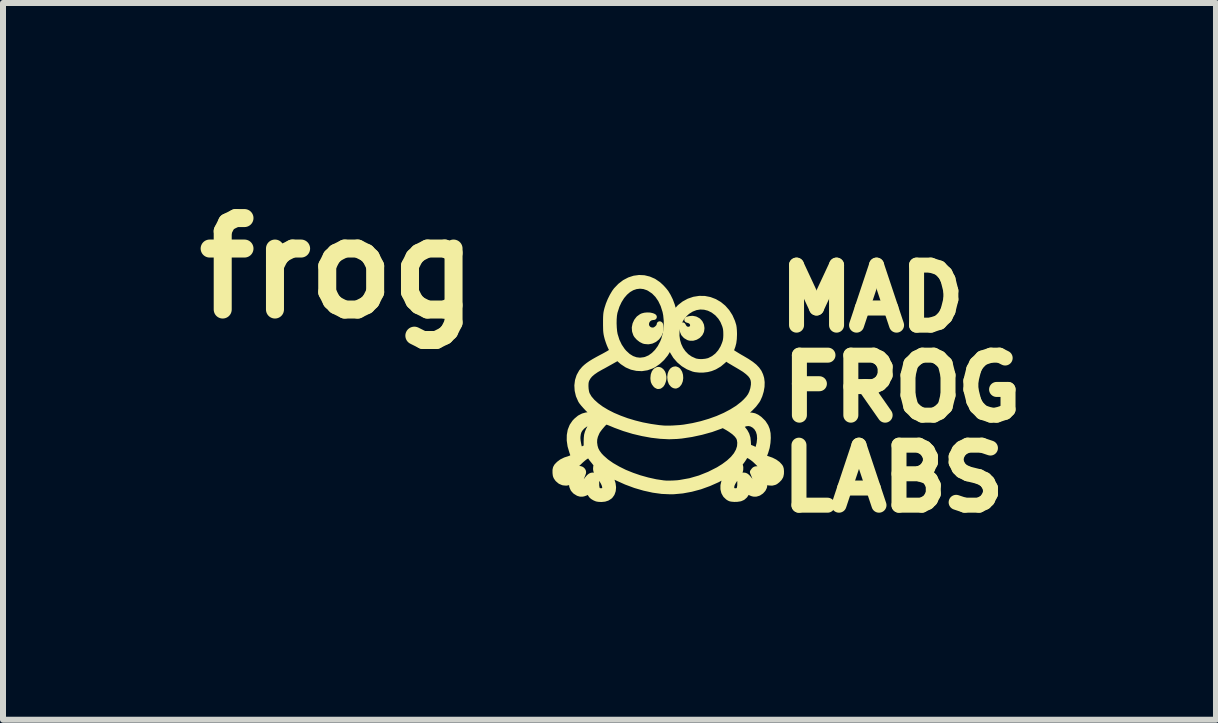
<source format=kicad_pcb>
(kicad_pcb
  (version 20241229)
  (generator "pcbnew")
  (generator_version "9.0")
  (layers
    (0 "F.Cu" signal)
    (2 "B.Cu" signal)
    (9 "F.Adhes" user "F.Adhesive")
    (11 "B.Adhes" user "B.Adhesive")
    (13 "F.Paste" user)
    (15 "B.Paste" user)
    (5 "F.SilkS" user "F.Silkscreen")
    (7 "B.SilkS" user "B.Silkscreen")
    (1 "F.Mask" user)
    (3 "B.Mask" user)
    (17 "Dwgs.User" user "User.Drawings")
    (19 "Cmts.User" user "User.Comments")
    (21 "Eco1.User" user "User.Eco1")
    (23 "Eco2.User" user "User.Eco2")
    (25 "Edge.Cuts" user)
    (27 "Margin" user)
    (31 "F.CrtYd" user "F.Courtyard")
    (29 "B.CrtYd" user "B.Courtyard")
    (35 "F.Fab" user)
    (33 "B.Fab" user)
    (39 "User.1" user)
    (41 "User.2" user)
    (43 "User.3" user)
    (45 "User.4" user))
  (footprint "frog"
    (layer "F.Cu")
    (at 8.084 3.418)
    (property "Reference" "frog" (at -5.5 -2 0) (layer "F.SilkS") (effects (font (size 1.524 1.524) (thickness 0.3))))
    (attr through_hole)
    (fp_poly (pts (xy 0.2 -0.17) (xy 0.194 -0.126) (xy 0.178 -0.087) (xy 0.154 -0.058) (xy 0.151 -0.056) (xy 0.126 -0.044) (xy 0.103 -0.047) (xy 0.081 -0.06) (xy 0.055 -0.091) (xy 0.039 -0.134) (xy 0.034 -0.183) (xy 0.039 -0.228) (xy 0.052 -0.265) (xy 0.071 -0.293) (xy 0.095 -0.309) (xy 0.122 -0.313) (xy 0.149 -0.302) (xy 0.163 -0.29) (xy 0.185 -0.256) (xy 0.197 -0.215) (xy 0.2 -0.17)) (stroke (width 0.1) (type solid)) (fill yes) (layer "F.SilkS"))
    (fp_poly (pts (xy -0.08 -0.158) (xy -0.088 -0.12) (xy -0.102 -0.084) (xy -0.118 -0.059) (xy -0.145 -0.039) (xy -0.171 -0.036) (xy -0.196 -0.049) (xy -0.205 -0.057) (xy -0.228 -0.087) (xy -0.241 -0.116) (xy -0.246 -0.152) (xy -0.247 -0.167) (xy -0.242 -0.218) (xy -0.228 -0.258) (xy -0.206 -0.287) (xy -0.177 -0.303) (xy -0.16 -0.305) (xy -0.138 -0.298) (xy -0.115 -0.279) (xy -0.097 -0.254) (xy -0.089 -0.232) (xy -0.084 -0.206) (xy -0.08 -0.191) (xy -0.08 -0.158)) (stroke (width 0.1) (type solid)) (fill yes) (layer "F.SilkS"))
    (fp_poly (pts (xy 0.554 -0.999) (xy 0.548 -0.953) (xy 0.528 -0.912) (xy 0.495 -0.877) (xy 0.454 -0.853) (xy 0.409 -0.84) (xy 0.364 -0.841) (xy 0.34 -0.847) (xy 0.294 -0.874) (xy 0.261 -0.91) (xy 0.243 -0.955) (xy 0.239 -1.002) (xy 0.241 -1.046) (xy 0.257 -1.017) (xy 0.281 -0.989) (xy 0.314 -0.974) (xy 0.352 -0.974) (xy 0.355 -0.974) (xy 0.386 -0.988) (xy 0.406 -1.011) (xy 0.415 -1.039) (xy 0.413 -1.069) (xy 0.4 -1.097) (xy 0.376 -1.12) (xy 0.347 -1.133) (xy 0.318 -1.141) (xy 0.356 -1.151) (xy 0.403 -1.156) (xy 0.452 -1.146) (xy 0.496 -1.122) (xy 0.527 -1.088) (xy 0.547 -1.046) (xy 0.554 -0.999)) (stroke (width 0.1) (type solid)) (fill yes) (layer "F.SilkS"))
    (fp_poly (pts (xy -0.127 -1.003) (xy -0.134 -0.944) (xy -0.156 -0.892) (xy -0.188 -0.848) (xy -0.23 -0.814) (xy -0.278 -0.791) (xy -0.332 -0.781) (xy -0.388 -0.786) (xy -0.407 -0.791) (xy -0.449 -0.812) (xy -0.49 -0.844) (xy -0.523 -0.881) (xy -0.535 -0.9) (xy -0.553 -0.953) (xy -0.557 -1.009) (xy -0.546 -1.064) (xy -0.523 -1.114) (xy -0.489 -1.158) (xy -0.443 -1.191) (xy -0.425 -1.199) (xy -0.391 -1.208) (xy -0.349 -1.212) (xy -0.306 -1.21) (xy -0.27 -1.202) (xy -0.262 -1.199) (xy -0.244 -1.191) (xy -0.24 -1.187) (xy -0.25 -1.186) (xy -0.257 -1.186) (xy -0.296 -1.178) (xy -0.329 -1.157) (xy -0.354 -1.128) (xy -0.368 -1.092) (xy -0.371 -1.055) (xy -0.36 -1.018) (xy -0.354 -1.008) (xy -0.325 -0.978) (xy -0.287 -0.962) (xy -0.245 -0.96) (xy -0.24 -0.961) (xy -0.213 -0.971) (xy -0.186 -0.99) (xy -0.163 -1.013) (xy -0.147 -1.037) (xy -0.144 -1.051) (xy -0.142 -1.064) (xy -0.138 -1.062) (xy -0.135 -1.058) (xy -0.131 -1.043) (xy -0.128 -1.018) (xy -0.127 -1.003)) (stroke (width 0.1) (type solid)) (fill yes) (layer "F.SilkS"))
    (fp_poly (pts (xy 1.879 1.386) (xy 1.878 1.424) (xy 1.871 1.458) (xy 1.868 1.467) (xy 1.849 1.499) (xy 1.819 1.53) (xy 1.787 1.555) (xy 1.772 1.563) (xy 1.753 1.568) (xy 1.753 1.396) (xy 1.745 1.376) (xy 1.723 1.355) (xy 1.69 1.335) (xy 1.65 1.318) (xy 1.604 1.304) (xy 1.58 1.299) (xy 1.562 1.294) (xy 1.544 1.283) (xy 1.531 1.273) (xy 1.531 0.839) (xy 1.526 0.769) (xy 1.508 0.708) (xy 1.477 0.656) (xy 1.44 0.62) (xy 1.392 0.592) (xy 1.343 0.58) (xy 1.291 0.585) (xy 1.236 0.606) (xy 1.226 0.612) (xy 1.195 0.629) (xy 1.236 0.674) (xy 1.276 0.725) (xy 1.303 0.775) (xy 1.32 0.83) (xy 1.327 0.895) (xy 1.327 0.899) (xy 1.332 0.982) (xy 1.371 0.995) (xy 1.403 1.008) (xy 1.436 1.024) (xy 1.443 1.028) (xy 1.465 1.039) (xy 1.48 1.045) (xy 1.483 1.045) (xy 1.489 1.035) (xy 1.497 1.015) (xy 1.502 1.001) (xy 1.523 0.917) (xy 1.531 0.839) (xy 1.531 1.273) (xy 1.522 1.265) (xy 1.494 1.237) (xy 1.484 1.227) (xy 1.444 1.189) (xy 1.403 1.157) (xy 1.364 1.131) (xy 1.33 1.114) (xy 1.305 1.109) (xy 1.288 1.117) (xy 1.271 1.141) (xy 1.271 1.141) (xy 1.256 1.166) (xy 1.236 1.196) (xy 1.219 1.219) (xy 1.201 1.242) (xy 1.201 0.907) (xy 1.192 0.848) (xy 1.175 0.81) (xy 1.144 0.77) (xy 1.099 0.728) (xy 1.042 0.687) (xy 0.996 0.658) (xy 0.912 0.611) (xy 0.869 0.628) (xy 0.716 0.683) (xy 0.554 0.728) (xy 0.387 0.764) (xy 0.222 0.789) (xy 0.147 0.796) (xy 0.015 0.801) (xy -0.127 0.794) (xy -0.275 0.777) (xy -0.428 0.749) (xy -0.581 0.713) (xy -0.733 0.667) (xy -0.88 0.613) (xy -0.927 0.593) (xy -0.971 0.575) (xy -1.002 0.563) (xy -1.024 0.557) (xy -1.039 0.556) (xy -1.047 0.558) (xy -1.063 0.57) (xy -1.086 0.592) (xy -1.112 0.622) (xy -1.14 0.655) (xy -1.165 0.688) (xy -1.185 0.717) (xy -1.194 0.735) (xy -1.22 0.796) (xy -1.233 0.851) (xy -1.235 0.906) (xy -1.227 0.965) (xy -1.227 0.967) (xy -1.211 1.021) (xy -1.185 1.07) (xy -1.148 1.12) (xy -1.11 1.16) (xy -1.034 1.227) (xy -0.944 1.29) (xy -0.84 1.35) (xy -0.727 1.406) (xy -0.604 1.456) (xy -0.476 1.5) (xy -0.343 1.537) (xy -0.208 1.567) (xy -0.08 1.586) (xy -0.032 1.59) (xy 0.026 1.59) (xy 0.091 1.588) (xy 0.154 1.584) (xy 0.196 1.579) (xy 0.364 1.549) (xy 0.527 1.502) (xy 0.685 1.439) (xy 0.837 1.362) (xy 0.927 1.306) (xy 1.012 1.243) (xy 1.082 1.178) (xy 1.136 1.112) (xy 1.174 1.044) (xy 1.196 0.976) (xy 1.201 0.907) (xy 1.201 1.242) (xy 1.2 1.244) (xy 1.191 1.26) (xy 1.189 1.273) (xy 1.193 1.284) (xy 1.201 1.318) (xy 1.2 1.357) (xy 1.193 1.386) (xy 1.184 1.403) (xy 1.168 1.429) (xy 1.147 1.46) (xy 1.135 1.477) (xy 1.101 1.527) (xy 1.076 1.567) (xy 1.06 1.6) (xy 1.052 1.629) (xy 1.05 1.654) (xy 1.052 1.682) (xy 1.06 1.698) (xy 1.069 1.706) (xy 1.097 1.716) (xy 1.131 1.718) (xy 1.163 1.711) (xy 1.181 1.696) (xy 1.193 1.668) (xy 1.2 1.625) (xy 1.201 1.567) (xy 1.2 1.563) (xy 1.201 1.518) (xy 1.207 1.486) (xy 1.219 1.467) (xy 1.24 1.458) (xy 1.257 1.456) (xy 1.279 1.459) (xy 1.299 1.469) (xy 1.32 1.488) (xy 1.345 1.518) (xy 1.371 1.552) (xy 1.399 1.59) (xy 1.421 1.613) (xy 1.439 1.623) (xy 1.454 1.621) (xy 1.461 1.617) (xy 1.471 1.598) (xy 1.471 1.567) (xy 1.461 1.524) (xy 1.442 1.473) (xy 1.411 1.397) (xy 1.428 1.374) (xy 1.442 1.359) (xy 1.458 1.352) (xy 1.483 1.351) (xy 1.488 1.351) (xy 1.511 1.352) (xy 1.533 1.358) (xy 1.56 1.37) (xy 1.595 1.389) (xy 1.605 1.394) (xy 1.647 1.418) (xy 1.677 1.433) (xy 1.698 1.442) (xy 1.713 1.443) (xy 1.724 1.439) (xy 1.734 1.43) (xy 1.735 1.43) (xy 1.748 1.411) (xy 1.753 1.396) (xy 1.753 1.568) (xy 1.728 1.574) (xy 1.678 1.571) (xy 1.643 1.562) (xy 1.621 1.555) (xy 1.607 1.55) (xy 1.605 1.549) (xy 1.605 1.557) (xy 1.604 1.577) (xy 1.603 1.595) (xy 1.597 1.643) (xy 1.578 1.682) (xy 1.546 1.717) (xy 1.504 1.745) (xy 1.46 1.758) (xy 1.424 1.757) (xy 1.398 1.75) (xy 1.371 1.738) (xy 1.347 1.725) (xy 1.332 1.713) (xy 1.329 1.707) (xy 1.325 1.708) (xy 1.316 1.722) (xy 1.304 1.742) (xy 1.275 1.787) (xy 1.24 1.818) (xy 1.199 1.836) (xy 1.147 1.844) (xy 1.102 1.845) (xy 1.065 1.842) (xy 1.04 1.838) (xy 1.019 1.829) (xy 0.998 1.816) (xy 0.998 1.816) (xy 0.959 1.779) (xy 0.933 1.733) (xy 0.92 1.68) (xy 0.92 1.622) (xy 0.934 1.562) (xy 0.961 1.501) (xy 0.979 1.472) (xy 0.994 1.448) (xy 1.004 1.43) (xy 1.008 1.422) (xy 1.001 1.423) (xy 0.984 1.431) (xy 0.959 1.444) (xy 0.954 1.447) (xy 0.82 1.521) (xy 0.678 1.584) (xy 0.532 1.637) (xy 0.383 1.677) (xy 0.236 1.704) (xy 0.092 1.717) (xy 0.034 1.718) (xy -0.104 1.712) (xy -0.249 1.692) (xy -0.399 1.659) (xy -0.55 1.615) (xy -0.7 1.559) (xy -0.847 1.493) (xy -0.88 1.477) (xy -0.919 1.457) (xy -0.953 1.442) (xy -0.978 1.432) (xy -0.991 1.429) (xy -0.993 1.43) (xy -0.993 1.44) (xy -0.984 1.46) (xy -0.974 1.478) (xy -0.944 1.536) (xy -0.926 1.595) (xy -0.919 1.653) (xy -0.924 1.707) (xy -0.941 1.755) (xy -0.969 1.794) (xy -0.98 1.803) (xy -1.017 1.827) (xy -1.049 1.837) (xy -1.049 1.654) (xy -1.057 1.614) (xy -1.077 1.568) (xy -1.108 1.516) (xy -1.125 1.491) (xy -1.156 1.449) (xy -1.177 1.416) (xy -1.191 1.391) (xy -1.199 1.37) (xy -1.202 1.349) (xy -1.202 1.338) (xy -1.2 1.312) (xy -1.196 1.292) (xy -1.194 1.287) (xy -1.194 1.276) (xy -1.203 1.259) (xy -1.224 1.232) (xy -1.227 1.228) (xy -1.251 1.198) (xy -1.262 1.185) (xy -1.262 0.59) (xy -1.269 0.586) (xy -1.287 0.581) (xy -1.291 0.581) (xy -1.334 0.58) (xy -1.378 0.595) (xy -1.422 0.627) (xy -1.44 0.643) (xy -1.471 0.678) (xy -1.492 0.713) (xy -1.505 0.754) (xy -1.512 0.803) (xy -1.513 0.836) (xy -1.509 0.879) (xy -1.501 0.926) (xy -1.492 0.97) (xy -1.481 1.005) (xy -1.479 1.008) (xy -1.467 1.039) (xy -1.413 1.013) (xy -1.359 0.987) (xy -1.359 0.889) (xy -1.357 0.831) (xy -1.352 0.783) (xy -1.341 0.742) (xy -1.324 0.7) (xy -1.298 0.653) (xy -1.295 0.649) (xy -1.279 0.622) (xy -1.267 0.601) (xy -1.262 0.591) (xy -1.262 0.59) (xy -1.262 1.185) (xy -1.275 1.168) (xy -1.291 1.145) (xy -1.305 1.125) (xy -1.315 1.112) (xy -1.318 1.109) (xy -1.327 1.112) (xy -1.346 1.121) (xy -1.361 1.128) (xy -1.386 1.143) (xy -1.418 1.168) (xy -1.455 1.2) (xy -1.476 1.22) (xy -1.511 1.254) (xy -1.537 1.276) (xy -1.558 1.29) (xy -1.576 1.298) (xy -1.582 1.299) (xy -1.628 1.31) (xy -1.671 1.326) (xy -1.708 1.345) (xy -1.735 1.366) (xy -1.75 1.386) (xy -1.753 1.396) (xy -1.747 1.413) (xy -1.735 1.43) (xy -1.725 1.439) (xy -1.714 1.443) (xy -1.699 1.442) (xy -1.678 1.434) (xy -1.649 1.419) (xy -1.608 1.396) (xy -1.606 1.395) (xy -1.552 1.367) (xy -1.508 1.351) (xy -1.474 1.346) (xy -1.448 1.354) (xy -1.432 1.368) (xy -1.423 1.381) (xy -1.418 1.394) (xy -1.42 1.411) (xy -1.428 1.434) (xy -1.442 1.469) (xy -1.446 1.477) (xy -1.462 1.521) (xy -1.47 1.561) (xy -1.472 1.592) (xy -1.465 1.613) (xy -1.462 1.616) (xy -1.448 1.623) (xy -1.433 1.62) (xy -1.414 1.606) (xy -1.391 1.578) (xy -1.372 1.553) (xy -1.341 1.512) (xy -1.317 1.484) (xy -1.296 1.467) (xy -1.276 1.458) (xy -1.257 1.456) (xy -1.232 1.46) (xy -1.214 1.472) (xy -1.204 1.495) (xy -1.2 1.531) (xy -1.2 1.563) (xy -1.2 1.623) (xy -1.193 1.668) (xy -1.181 1.697) (xy -1.166 1.71) (xy -1.134 1.717) (xy -1.101 1.717) (xy -1.073 1.708) (xy -1.069 1.706) (xy -1.053 1.684) (xy -1.049 1.654) (xy -1.049 1.837) (xy -1.06 1.841) (xy -1.111 1.846) (xy -1.122 1.846) (xy -1.16 1.844) (xy -1.189 1.839) (xy -1.216 1.828) (xy -1.228 1.822) (xy -1.256 1.805) (xy -1.277 1.786) (xy -1.296 1.757) (xy -1.301 1.748) (xy -1.315 1.725) (xy -1.325 1.71) (xy -1.329 1.706) (xy -1.329 1.707) (xy -1.337 1.717) (xy -1.356 1.73) (xy -1.382 1.743) (xy -1.41 1.753) (xy -1.428 1.757) (xy -1.461 1.758) (xy -1.496 1.748) (xy -1.5 1.746) (xy -1.547 1.717) (xy -1.58 1.68) (xy -1.599 1.635) (xy -1.604 1.594) (xy -1.604 1.569) (xy -1.605 1.553) (xy -1.605 1.549) (xy -1.613 1.552) (xy -1.632 1.558) (xy -1.643 1.562) (xy -1.698 1.574) (xy -1.75 1.569) (xy -1.797 1.549) (xy -1.838 1.514) (xy -1.848 1.5) (xy -1.864 1.476) (xy -1.873 1.452) (xy -1.877 1.422) (xy -1.878 1.406) (xy -1.878 1.364) (xy -1.871 1.331) (xy -1.854 1.301) (xy -1.824 1.27) (xy -1.823 1.268) (xy -1.774 1.231) (xy -1.714 1.201) (xy -1.657 1.183) (xy -1.621 1.17) (xy -1.595 1.153) (xy -1.58 1.134) (xy -1.579 1.118) (xy -1.583 1.103) (xy -1.592 1.079) (xy -1.6 1.056) (xy -1.628 0.96) (xy -1.641 0.869) (xy -1.64 0.784) (xy -1.626 0.705) (xy -1.597 0.633) (xy -1.555 0.571) (xy -1.528 0.543) (xy -1.474 0.498) (xy -1.418 0.469) (xy -1.36 0.453) (xy -1.296 0.452) (xy -1.225 0.463) (xy -1.171 0.479) (xy -1.17 0.478) (xy -1.181 0.469) (xy -1.202 0.454) (xy -1.211 0.448) (xy -1.249 0.42) (xy -1.292 0.383) (xy -1.336 0.342) (xy -1.377 0.298) (xy -1.414 0.256) (xy -1.443 0.219) (xy -1.455 0.199) (xy -1.49 0.119) (xy -1.509 0.037) (xy -1.514 -0.045) (xy -1.504 -0.125) (xy -1.48 -0.2) (xy -1.441 -0.27) (xy -1.398 -0.321) (xy -1.367 -0.35) (xy -1.331 -0.379) (xy -1.288 -0.409) (xy -1.236 -0.441) (xy -1.172 -0.477) (xy -1.122 -0.504) (xy -1.078 -0.527) (xy -1.036 -0.55) (xy -0.999 -0.571) (xy -0.972 -0.587) (xy -0.968 -0.59) (xy -0.923 -0.618) (xy -0.957 -0.688) (xy -0.975 -0.729) (xy -0.993 -0.778) (xy -1.009 -0.827) (xy -1.013 -0.842) (xy -1.021 -0.874) (xy -1.027 -0.902) (xy -1.031 -0.93) (xy -1.034 -0.961) (xy -1.035 -0.999) (xy -1.036 -1.049) (xy -1.036 -1.084) (xy -1.036 -1.141) (xy -1.035 -1.185) (xy -1.033 -1.22) (xy -1.03 -1.249) (xy -1.025 -1.277) (xy -1.018 -1.306) (xy -1.013 -1.325) (xy -0.991 -1.394) (xy -0.962 -1.465) (xy -0.928 -1.533) (xy -0.892 -1.594) (xy -0.864 -1.632) (xy -0.797 -1.702) (xy -0.724 -1.758) (xy -0.646 -1.799) (xy -0.566 -1.825) (xy -0.484 -1.836) (xy -0.402 -1.832) (xy -0.321 -1.812) (xy -0.243 -1.778) (xy -0.168 -1.727) (xy -0.117 -1.68) (xy -0.09 -1.651) (xy -0.064 -1.621) (xy -0.045 -1.596) (xy -0.043 -1.595) (xy -0.005 -1.532) (xy 0.031 -1.459) (xy 0.061 -1.379) (xy 0.083 -1.299) (xy 0.087 -1.281) (xy 0.098 -1.228) (xy 0.138 -1.282) (xy 0.196 -1.347) (xy 0.266 -1.402) (xy 0.345 -1.445) (xy 0.43 -1.474) (xy 0.519 -1.488) (xy 0.606 -1.487) (xy 0.691 -1.47) (xy 0.772 -1.439) (xy 0.848 -1.395) (xy 0.916 -1.339) (xy 0.976 -1.271) (xy 1.026 -1.193) (xy 1.065 -1.105) (xy 1.085 -1.041) (xy 1.09 -1.01) (xy 1.094 -0.966) (xy 1.096 -0.916) (xy 1.096 -0.893) (xy 1.093 -0.821) (xy 1.085 -0.759) (xy 1.07 -0.702) (xy 1.051 -0.651) (xy 1.035 -0.614) (xy 1.087 -0.579) (xy 1.116 -0.561) (xy 1.155 -0.537) (xy 1.197 -0.512) (xy 1.227 -0.495) (xy 1.31 -0.446) (xy 1.379 -0.4) (xy 1.434 -0.356) (xy 1.477 -0.311) (xy 1.51 -0.264) (xy 1.533 -0.214) (xy 1.549 -0.162) (xy 1.557 -0.098) (xy 1.555 -0.027) (xy 1.542 0.047) (xy 1.52 0.119) (xy 1.491 0.184) (xy 1.478 0.206) (xy 1.428 0.272) (xy 1.428 -0.105) (xy 1.42 -0.15) (xy 1.401 -0.192) (xy 1.371 -0.232) (xy 1.328 -0.272) (xy 1.273 -0.314) (xy 1.202 -0.358) (xy 1.151 -0.388) (xy 1.108 -0.413) (xy 1.068 -0.437) (xy 1.032 -0.458) (xy 1.007 -0.474) (xy 1.004 -0.476) (xy 0.968 -0.501) (xy 0.968 -0.897) (xy 0.967 -0.943) (xy 0.964 -0.979) (xy 0.958 -1.011) (xy 0.948 -1.045) (xy 0.945 -1.053) (xy 0.915 -1.125) (xy 0.876 -1.187) (xy 0.826 -1.243) (xy 0.816 -1.253) (xy 0.75 -1.303) (xy 0.679 -1.338) (xy 0.606 -1.357) (xy 0.531 -1.361) (xy 0.457 -1.349) (xy 0.385 -1.321) (xy 0.317 -1.278) (xy 0.275 -1.24) (xy 0.221 -1.176) (xy 0.18 -1.104) (xy 0.153 -1.029) (xy 0.139 -0.951) (xy 0.137 -0.872) (xy 0.148 -0.794) (xy 0.17 -0.719) (xy 0.203 -0.648) (xy 0.247 -0.585) (xy 0.301 -0.529) (xy 0.365 -0.484) (xy 0.438 -0.451) (xy 0.459 -0.444) (xy 0.509 -0.436) (xy 0.566 -0.435) (xy 0.625 -0.441) (xy 0.678 -0.453) (xy 0.688 -0.457) (xy 0.757 -0.492) (xy 0.82 -0.541) (xy 0.874 -0.603) (xy 0.917 -0.675) (xy 0.942 -0.735) (xy 0.955 -0.773) (xy 0.962 -0.805) (xy 0.966 -0.838) (xy 0.968 -0.878) (xy 0.968 -0.897) (xy 0.968 -0.501) (xy 0.962 -0.505) (xy 0.914 -0.458) (xy 0.847 -0.402) (xy 0.772 -0.358) (xy 0.71 -0.333) (xy 0.651 -0.318) (xy 0.584 -0.31) (xy 0.516 -0.31) (xy 0.452 -0.317) (xy 0.419 -0.325) (xy 0.334 -0.359) (xy 0.256 -0.406) (xy 0.185 -0.466) (xy 0.125 -0.535) (xy 0.078 -0.612) (xy 0.054 -0.669) (xy 0.044 -0.692) (xy 0.037 -0.708) (xy 0.034 -0.711) (xy 0.028 -0.704) (xy 0.017 -0.686) (xy 0.003 -0.659) (xy -0.002 -0.649) (xy -0.024 -0.614) (xy -0.024 -1.12) (xy -0.034 -1.222) (xy -0.046 -1.282) (xy -0.079 -1.386) (xy -0.122 -1.476) (xy -0.175 -1.553) (xy -0.237 -1.616) (xy -0.31 -1.665) (xy -0.335 -1.678) (xy -0.403 -1.701) (xy -0.471 -1.708) (xy -0.538 -1.7) (xy -0.603 -1.678) (xy -0.665 -1.642) (xy -0.722 -1.593) (xy -0.775 -1.531) (xy -0.821 -1.458) (xy -0.86 -1.375) (xy -0.89 -1.282) (xy -0.895 -1.266) (xy -0.904 -1.213) (xy -0.909 -1.149) (xy -0.91 -1.079) (xy -0.907 -1.008) (xy -0.901 -0.942) (xy -0.891 -0.886) (xy -0.89 -0.885) (xy -0.86 -0.789) (xy -0.818 -0.701) (xy -0.766 -0.624) (xy -0.736 -0.589) (xy -0.673 -0.531) (xy -0.607 -0.49) (xy -0.539 -0.466) (xy -0.47 -0.458) (xy -0.397 -0.467) (xy -0.37 -0.474) (xy -0.303 -0.503) (xy -0.24 -0.548) (xy -0.182 -0.606) (xy -0.131 -0.676) (xy -0.089 -0.756) (xy -0.066 -0.813) (xy -0.04 -0.91) (xy -0.026 -1.014) (xy -0.024 -1.12) (xy -0.024 -0.614) (xy -0.049 -0.573) (xy -0.107 -0.502) (xy -0.172 -0.442) (xy -0.242 -0.393) (xy -0.277 -0.375) (xy -0.357 -0.347) (xy -0.441 -0.334) (xy -0.524 -0.338) (xy -0.606 -0.356) (xy -0.685 -0.39) (xy -0.759 -0.439) (xy -0.794 -0.469) (xy -0.84 -0.512) (xy -0.866 -0.496) (xy -0.911 -0.471) (xy -0.966 -0.44) (xy -1.027 -0.406) (xy -1.088 -0.372) (xy -1.126 -0.352) (xy -1.201 -0.309) (xy -1.26 -0.268) (xy -1.306 -0.228) (xy -1.339 -0.187) (xy -1.362 -0.145) (xy -1.373 -0.114) (xy -1.378 -0.078) (xy -1.379 -0.032) (xy -1.376 0.016) (xy -1.369 0.061) (xy -1.359 0.097) (xy -1.357 0.102) (xy -1.32 0.166) (xy -1.267 0.228) (xy -1.199 0.289) (xy -1.119 0.348) (xy -1.026 0.404) (xy -0.924 0.456) (xy -0.811 0.504) (xy -0.691 0.548) (xy -0.564 0.586) (xy -0.432 0.619) (xy -0.295 0.645) (xy -0.156 0.665) (xy -0.08 0.672) (xy -0.039 0.674) (xy 0.014 0.674) (xy 0.074 0.672) (xy 0.137 0.668) (xy 0.198 0.664) (xy 0.252 0.658) (xy 0.267 0.656) (xy 0.413 0.631) (xy 0.555 0.598) (xy 0.693 0.557) (xy 0.824 0.51) (xy 0.947 0.456) (xy 1.059 0.397) (xy 1.16 0.334) (xy 1.247 0.266) (xy 1.291 0.225) (xy 1.338 0.174) (xy 1.373 0.125) (xy 1.397 0.075) (xy 1.415 0.018) (xy 1.419 -0.000254) (xy 1.428 -0.056) (xy 1.428 -0.105) (xy 1.428 0.272) (xy 1.428 0.273) (xy 1.363 0.34) (xy 1.287 0.405) (xy 1.201 0.466) (xy 1.136 0.505) (xy 1.107 0.522) (xy 1.085 0.537) (xy 1.074 0.546) (xy 1.074 0.548) (xy 1.085 0.546) (xy 1.106 0.535) (xy 1.122 0.525) (xy 1.173 0.492) (xy 1.219 0.471) (xy 1.263 0.459) (xy 1.312 0.454) (xy 1.334 0.454) (xy 1.388 0.457) (xy 1.433 0.466) (xy 1.474 0.485) (xy 1.517 0.515) (xy 1.526 0.523) (xy 1.58 0.576) (xy 1.621 0.639) (xy 1.643 0.693) (xy 1.656 0.756) (xy 1.659 0.829) (xy 1.654 0.907) (xy 1.641 0.986) (xy 1.619 1.06) (xy 1.608 1.09) (xy 1.595 1.124) (xy 1.594 1.147) (xy 1.604 1.162) (xy 1.629 1.174) (xy 1.656 1.182) (xy 1.718 1.204) (xy 1.775 1.233) (xy 1.822 1.267) (xy 1.857 1.305) (xy 1.868 1.322) (xy 1.876 1.349) (xy 1.879 1.386)) (stroke (width 0.1) (type solid)) (fill yes) (layer "F.SilkS"))
    (fp_text user "LABS" (at 3.75 1.5 0) (layer "F.SilkS") (effects (font (size 1 1) (thickness 0.25))))
    (fp_text user "FROG" (at 3.9 0 0) (layer "F.SilkS") (effects (font (size 1 1) (thickness 0.25))))
    (fp_text user "MAD" (at 3.4 -1.5 0) (layer "F.SilkS") (effects (font (size 1 1) (thickness 0.25)))))
  (gr_rect
    (start -3 -3)
    (end 17.211 8.942)
    (stroke (width 0.1) (type default))
    (fill no)
    (layer "Edge.Cuts")))
</source>
